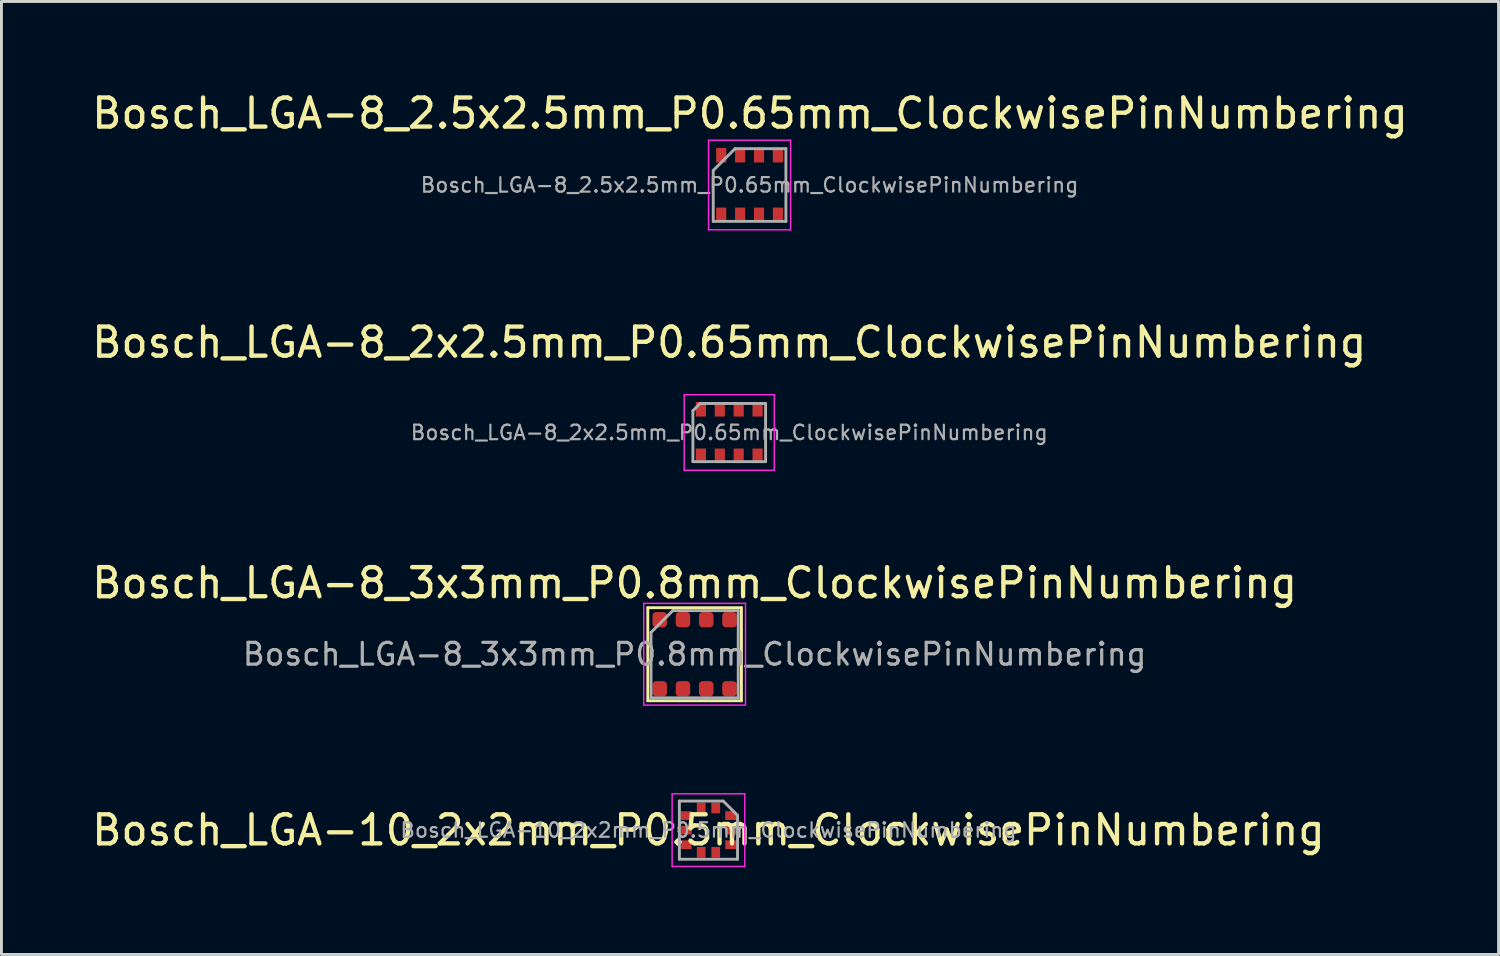
<source format=kicad_pcb>
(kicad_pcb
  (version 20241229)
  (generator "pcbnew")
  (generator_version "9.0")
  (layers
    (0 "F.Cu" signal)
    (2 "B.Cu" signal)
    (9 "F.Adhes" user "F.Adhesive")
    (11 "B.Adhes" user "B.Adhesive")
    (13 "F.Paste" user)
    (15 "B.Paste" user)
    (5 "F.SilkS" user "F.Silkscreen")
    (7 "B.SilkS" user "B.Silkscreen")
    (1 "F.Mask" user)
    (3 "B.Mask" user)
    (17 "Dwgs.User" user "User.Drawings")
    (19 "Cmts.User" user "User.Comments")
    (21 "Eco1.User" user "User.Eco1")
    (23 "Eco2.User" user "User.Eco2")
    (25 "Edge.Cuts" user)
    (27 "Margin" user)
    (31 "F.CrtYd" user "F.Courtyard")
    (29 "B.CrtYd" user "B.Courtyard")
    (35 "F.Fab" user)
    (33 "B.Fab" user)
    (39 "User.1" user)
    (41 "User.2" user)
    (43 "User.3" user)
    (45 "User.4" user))
  (footprint "Bosch_LGA-10_2x2mm_P0.5mm_ClockwisePinNumbering"
    (layer "F.Cu")
    (at 21.315 25.5)
    (property "Reference" "Bosch_LGA-10_2x2mm_P0.5mm_ClockwisePinNumbering" (at 0 0 0) (layer "F.SilkS") (effects (font (size 1 1) (thickness 0.15))))
    (attr smd)
    (fp_line (start -1.25 -1.25) (end 1.25 -1.25) (stroke (width 0.05) (type solid)) (layer "F.CrtYd"))
    (fp_line (start -1.25 1.25) (end -1.25 -1.25) (stroke (width 0.05) (type solid)) (layer "F.CrtYd"))
    (fp_line (start 1.25 -1.25) (end 1.25 1.25) (stroke (width 0.05) (type solid)) (layer "F.CrtYd"))
    (fp_line (start 1.25 1.25) (end -1.25 1.25) (stroke (width 0.05) (type solid)) (layer "F.CrtYd"))
    (fp_line (start -1 -1) (end 0.508 -1) (stroke (width 0.1) (type solid)) (layer "F.Fab"))
    (fp_line (start -1 1) (end -1 -1) (stroke (width 0.1) (type solid)) (layer "F.Fab"))
    (fp_line (start 1 -0.508) (end 0.508 -1) (stroke (width 0.1) (type solid)) (layer "F.Fab"))
    (fp_line (start 1 -0.508) (end 1 1) (stroke (width 0.1) (type solid)) (layer "F.Fab"))
    (fp_line (start 1 1) (end -1 1) (stroke (width 0.1) (type solid)) (layer "F.Fab"))
    (fp_text user "${REFERENCE}" (at 0 0 0) (layer "F.Fab") (effects (font (size 0.5 0.5) (thickness 0.075))))
    (pad "1" smd rect (at 0.25 -0.762 90) (size 0.37 0.3) (layers "F.Cu" "F.Mask" "F.Paste"))
    (pad "2" smd rect (at -0.25 -0.762 90) (size 0.37 0.3) (layers "F.Cu" "F.Mask" "F.Paste"))
    (pad "3" smd rect (at -0.762 -0.5) (size 0.37 0.3) (layers "F.Cu" "F.Mask" "F.Paste"))
    (pad "4" smd rect (at -0.762 0) (size 0.37 0.3) (layers "F.Cu" "F.Mask" "F.Paste"))
    (pad "5" smd rect (at -0.762 0.5) (size 0.37 0.3) (layers "F.Cu" "F.Mask" "F.Paste"))
    (pad "6" smd rect (at -0.25 0.762 90) (size 0.37 0.3) (layers "F.Cu" "F.Mask" "F.Paste"))
    (pad "7" smd rect (at 0.25 0.762 90) (size 0.37 0.3) (layers "F.Cu" "F.Mask" "F.Paste"))
    (pad "8" smd rect (at 0.762 0.5) (size 0.37 0.3) (layers "F.Cu" "F.Mask" "F.Paste"))
    (pad "9" smd rect (at 0.762 0) (size 0.37 0.3) (layers "F.Cu" "F.Mask" "F.Paste"))
    (pad "10" smd rect (at 0.762 -0.5) (size 0.37 0.3) (layers "F.Cu" "F.Mask" "F.Paste")))
  (footprint "Bosch_LGA-8_2.5x2.5mm_P0.65mm_ClockwisePinNumbering"
    (layer "F.Cu")
    (at 22.729 3.313)
    (property "Reference" "Bosch_LGA-8_2.5x2.5mm_P0.65mm_ClockwisePinNumbering" (at 0.015 -2.465 0) (layer "F.SilkS") (effects (font (size 1 1) (thickness 0.15))))
    (attr smd)
    (fp_line (start -1.41 -1.54) (end 1.41 -1.54) (stroke (width 0.05) (type solid)) (layer "F.CrtYd"))
    (fp_line (start -1.41 1.54) (end -1.41 -1.54) (stroke (width 0.05) (type solid)) (layer "F.CrtYd"))
    (fp_line (start 1.41 -1.54) (end 1.41 1.54) (stroke (width 0.05) (type solid)) (layer "F.CrtYd"))
    (fp_line (start 1.41 1.54) (end -1.41 1.54) (stroke (width 0.05) (type solid)) (layer "F.CrtYd"))
    (fp_line (start -1.25 -0.5) (end -0.5 -1.25) (stroke (width 0.1) (type solid)) (layer "F.Fab"))
    (fp_line (start -1.25 1.25) (end -1.25 -0.5) (stroke (width 0.1) (type solid)) (layer "F.Fab"))
    (fp_line (start -0.5 -1.25) (end 1.25 -1.25) (stroke (width 0.1) (type solid)) (layer "F.Fab"))
    (fp_line (start 1.25 -1.25) (end 1.25 1.25) (stroke (width 0.1) (type solid)) (layer "F.Fab"))
    (fp_line (start 1.25 1.25) (end -1.25 1.25) (stroke (width 0.1) (type solid)) (layer "F.Fab"))
    (fp_text user "${REFERENCE}" (at 0 0 180) (layer "F.Fab") (effects (font (size 0.5 0.5) (thickness 0.075))))
    (pad "1" smd rect (at -0.975 -1.025 90) (size 0.5 0.35) (layers "F.Cu" "F.Mask" "F.Paste"))
    (pad "2" smd rect (at -0.325 -1.025 90) (size 0.5 0.35) (layers "F.Cu" "F.Mask" "F.Paste"))
    (pad "3" smd rect (at 0.325 -1.025 90) (size 0.5 0.35) (layers "F.Cu" "F.Mask" "F.Paste"))
    (pad "4" smd rect (at 0.975 -1.025 90) (size 0.5 0.35) (layers "F.Cu" "F.Mask" "F.Paste"))
    (pad "5" smd rect (at 0.975 1.025 90) (size 0.5 0.35) (layers "F.Cu" "F.Mask" "F.Paste"))
    (pad "6" smd rect (at 0.325 1.025 90) (size 0.5 0.35) (layers "F.Cu" "F.Mask" "F.Paste"))
    (pad "7" smd rect (at -0.325 1.025 90) (size 0.5 0.35) (layers "F.Cu" "F.Mask" "F.Paste"))
    (pad "8" smd rect (at -0.975 1.025 90) (size 0.5 0.35) (layers "F.Cu" "F.Mask" "F.Paste")))
  (footprint "Bosch_LGA-8_2x2.5mm_P0.65mm_ClockwisePinNumbering"
    (layer "F.Cu")
    (at 22.03 11.826)
    (property "Reference" "Bosch_LGA-8_2x2.5mm_P0.65mm_ClockwisePinNumbering" (at 0 -3.1 0) (layer "F.SilkS") (effects (font (size 1 1) (thickness 0.15))))
    (attr smd)
    (fp_line (start -1.55 -1.3) (end 1.55 -1.3) (stroke (width 0.05) (type solid)) (layer "F.CrtYd"))
    (fp_line (start -1.55 1.3) (end -1.55 -1.3) (stroke (width 0.05) (type solid)) (layer "F.CrtYd"))
    (fp_line (start 1.55 -1.3) (end 1.55 1.3) (stroke (width 0.05) (type solid)) (layer "F.CrtYd"))
    (fp_line (start 1.55 1.3) (end -1.55 1.3) (stroke (width 0.05) (type solid)) (layer "F.CrtYd"))
    (fp_line (start -1.25 1) (end -1.25 -0.75) (stroke (width 0.1) (type solid)) (layer "F.Fab"))
    (fp_line (start -1.25 1) (end 1.25 1) (stroke (width 0.1) (type solid)) (layer "F.Fab"))
    (fp_line (start -1 -1) (end -1.25 -0.75) (stroke (width 0.1) (type solid)) (layer "F.Fab"))
    (fp_line (start 1.25 -1) (end -1 -1) (stroke (width 0.1) (type solid)) (layer "F.Fab"))
    (fp_line (start 1.25 -1) (end 1.25 1) (stroke (width 0.1) (type solid)) (layer "F.Fab"))
    (fp_text user "${REFERENCE}" (at 0 0 0) (layer "F.Fab") (effects (font (size 0.5 0.5) (thickness 0.075))))
    (pad "1" smd rect (at -0.975 -0.8 90) (size 0.5 0.35) (layers "F.Cu" "F.Mask" "F.Paste"))
    (pad "2" smd rect (at -0.325 -0.8 90) (size 0.5 0.35) (layers "F.Cu" "F.Mask" "F.Paste"))
    (pad "3" smd rect (at 0.325 -0.8 90) (size 0.5 0.35) (layers "F.Cu" "F.Mask" "F.Paste"))
    (pad "4" smd rect (at 0.975 -0.8 90) (size 0.5 0.35) (layers "F.Cu" "F.Mask" "F.Paste"))
    (pad "5" smd rect (at 0.975 0.8 90) (size 0.5 0.35) (layers "F.Cu" "F.Mask" "F.Paste"))
    (pad "6" smd rect (at 0.325 0.8 90) (size 0.5 0.35) (layers "F.Cu" "F.Mask" "F.Paste"))
    (pad "7" smd rect (at -0.325 0.8 90) (size 0.5 0.35) (layers "F.Cu" "F.Mask" "F.Paste"))
    (pad "8" smd rect (at -0.975 0.8 90) (size 0.5 0.35) (layers "F.Cu" "F.Mask" "F.Paste")))
  (footprint "Bosch_LGA-8_3x3mm_P0.8mm_ClockwisePinNumbering"
    (layer "F.Cu")
    (at 20.839 19.45)
    (property "Reference" "Bosch_LGA-8_3x3mm_P0.8mm_ClockwisePinNumbering" (at 0 -2.45 0) (layer "F.SilkS") (effects (font (size 1 1) (thickness 0.15))))
    (attr smd)
    (fp_line (start -1.61 -1.6) (end -1.61 1.6) (stroke (width 0.1) (type solid)) (layer "F.SilkS"))
    (fp_line (start -1.61 -1.6) (end 1.61 -1.6) (stroke (width 0.1) (type solid)) (layer "F.SilkS"))
    (fp_line (start -1.61 1.6) (end 1.61 1.6) (stroke (width 0.1) (type solid)) (layer "F.SilkS"))
    (fp_line (start 1.61 -1.6) (end 1.61 1.6) (stroke (width 0.1) (type solid)) (layer "F.SilkS"))
    (fp_line (start -1.75 -1.75) (end -1.75 1.75) (stroke (width 0.05) (type solid)) (layer "F.CrtYd"))
    (fp_line (start -1.75 1.75) (end 1.75 1.75) (stroke (width 0.05) (type solid)) (layer "F.CrtYd"))
    (fp_line (start 1.75 -1.75) (end -1.75 -1.75) (stroke (width 0.05) (type solid)) (layer "F.CrtYd"))
    (fp_line (start 1.75 1.75) (end 1.75 -1.75) (stroke (width 0.05) (type solid)) (layer "F.CrtYd"))
    (fp_line (start -1.5 -0.75) (end -0.75 -1.5) (stroke (width 0.1) (type solid)) (layer "F.Fab"))
    (fp_line (start -1.5 1.5) (end -1.5 -0.75) (stroke (width 0.1) (type solid)) (layer "F.Fab"))
    (fp_line (start -0.75 -1.5) (end 1.5 -1.5) (stroke (width 0.1) (type solid)) (layer "F.Fab"))
    (fp_line (start 1.5 -1.5) (end 1.5 1.5) (stroke (width 0.1) (type solid)) (layer "F.Fab"))
    (fp_line (start 1.5 1.5) (end -1.5 1.5) (stroke (width 0.1) (type solid)) (layer "F.Fab"))
    (fp_text user "${REFERENCE}" (at 0 0 0) (layer "F.Fab") (effects (font (size 0.75 0.75) (thickness 0.11))))
    (pad "1" smd roundrect (at -1.2 -1.188) (size 0.5 0.525) (layers "F.Cu" "F.Mask" "F.Paste") (roundrect_rratio 0.25))
    (pad "2" smd roundrect (at -0.4 -1.188) (size 0.5 0.525) (layers "F.Cu" "F.Mask" "F.Paste") (roundrect_rratio 0.25))
    (pad "3" smd roundrect (at 0.4 -1.188) (size 0.5 0.525) (layers "F.Cu" "F.Mask" "F.Paste") (roundrect_rratio 0.25))
    (pad "4" smd roundrect (at 1.2 -1.188) (size 0.5 0.525) (layers "F.Cu" "F.Mask" "F.Paste") (roundrect_rratio 0.25))
    (pad "5" smd roundrect (at 1.2 1.188) (size 0.5 0.525) (layers "F.Cu" "F.Mask" "F.Paste") (roundrect_rratio 0.25))
    (pad "6" smd roundrect (at 0.4 1.188) (size 0.5 0.525) (layers "F.Cu" "F.Mask" "F.Paste") (roundrect_rratio 0.25))
    (pad "7" smd roundrect (at -0.4 1.188) (size 0.5 0.525) (layers "F.Cu" "F.Mask" "F.Paste") (roundrect_rratio 0.25))
    (pad "8" smd roundrect (at -1.2 1.188) (size 0.5 0.525) (layers "F.Cu" "F.Mask" "F.Paste") (roundrect_rratio 0.25)))
  (gr_rect
    (start -3 -3)
    (end 48.488 29.775)
    (stroke (width 0.1) (type default))
    (fill no)
    (layer "Edge.Cuts")))
</source>
